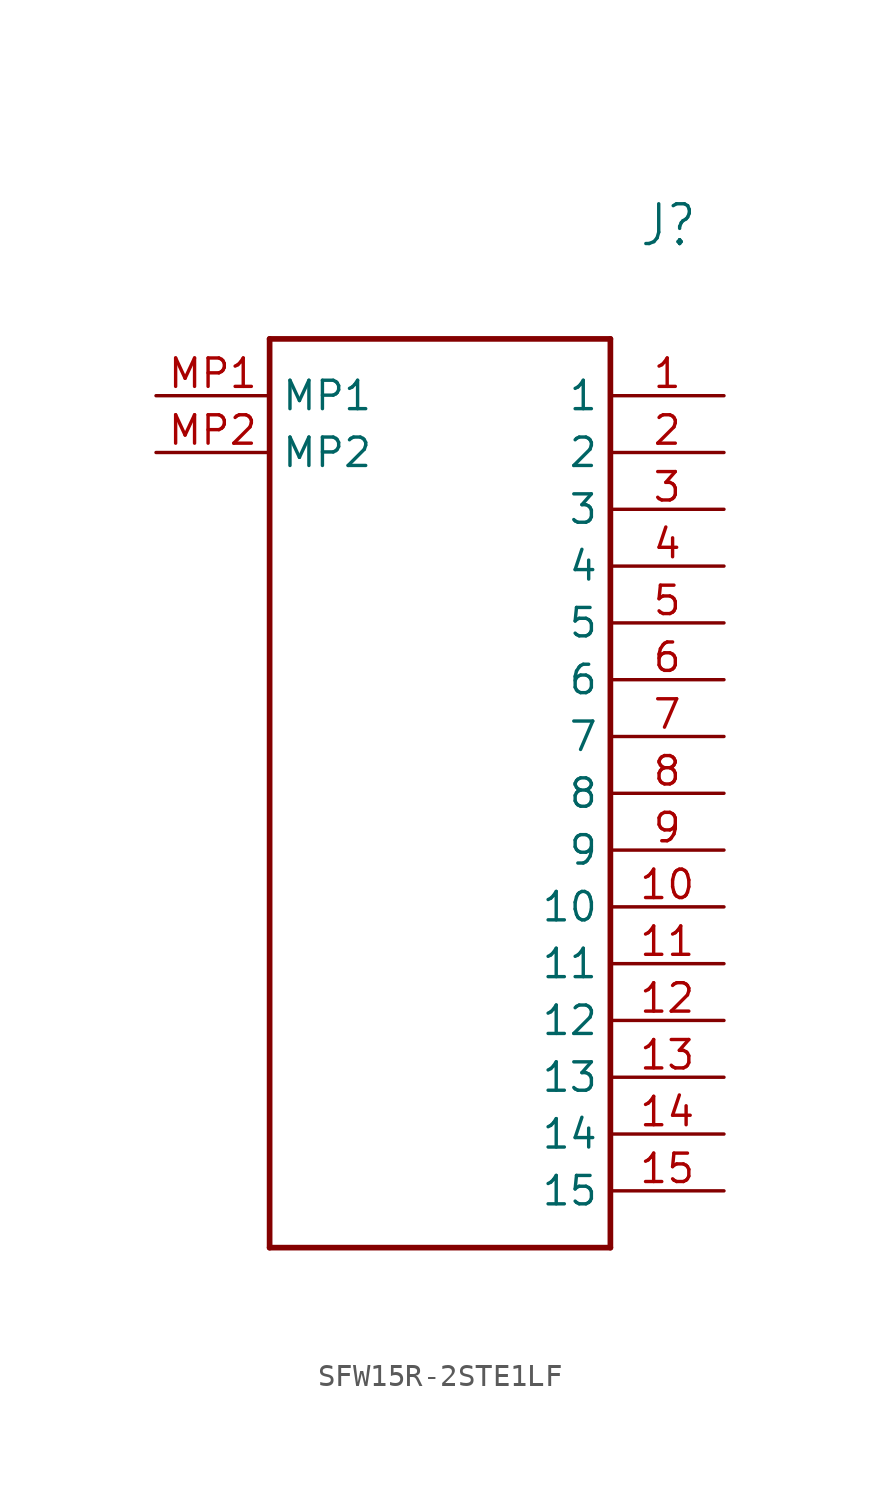
<source format=kicad_sym>
(kicad_symbol_lib
  (version 20220914)
  (generator kicad_symbol_editor)
  (symbol "SFW15R-2STE1LF"
    (property "Reference" "J"
      (at 21.59 7.62 0)
      (effects (font (size 1.778 1.511)) (justify left)))
    (property "Value" ""
      (at 21.59 5.08 0)
      (effects (font (size 1.778 1.511)) (justify left)))
    (property "ki_locked" ""
      (at 0 0 0)
      (effects (font (size 1.27 1.27))))
    (symbol "SFW15R-2STE1LF_1_0"
      (polyline (pts (xy 5.08 2.54) (xy 5.08 -38.1)) (stroke (width 0.254) (type solid)) (fill (type none)))
      (polyline (pts (xy 5.08 2.54) (xy 20.32 2.54)) (stroke (width 0.254) (type solid)) (fill (type none)))
      (polyline (pts (xy 20.32 -38.1) (xy 5.08 -38.1)) (stroke (width 0.254) (type solid)) (fill (type none)))
      (polyline (pts (xy 20.32 -38.1) (xy 20.32 2.54)) (stroke (width 0.254) (type solid)) (fill (type none)))
      (pin bidirectional line (at 25.4 0 180) (length 5.08) (name "1" (effects (font (size 1.27 1.27)))) (number "1" (effects (font (size 1.27 1.27)))))
      (pin bidirectional line (at 25.4 -22.86 180) (length 5.08) (name "10" (effects (font (size 1.27 1.27)))) (number "10" (effects (font (size 1.27 1.27)))))
      (pin bidirectional line (at 25.4 -25.4 180) (length 5.08) (name "11" (effects (font (size 1.27 1.27)))) (number "11" (effects (font (size 1.27 1.27)))))
      (pin bidirectional line (at 25.4 -27.94 180) (length 5.08) (name "12" (effects (font (size 1.27 1.27)))) (number "12" (effects (font (size 1.27 1.27)))))
      (pin bidirectional line (at 25.4 -30.48 180) (length 5.08) (name "13" (effects (font (size 1.27 1.27)))) (number "13" (effects (font (size 1.27 1.27)))))
      (pin bidirectional line (at 25.4 -33.02 180) (length 5.08) (name "14" (effects (font (size 1.27 1.27)))) (number "14" (effects (font (size 1.27 1.27)))))
      (pin bidirectional line (at 25.4 -35.56 180) (length 5.08) (name "15" (effects (font (size 1.27 1.27)))) (number "15" (effects (font (size 1.27 1.27)))))
      (pin bidirectional line (at 25.4 -2.54 180) (length 5.08) (name "2" (effects (font (size 1.27 1.27)))) (number "2" (effects (font (size 1.27 1.27)))))
      (pin bidirectional line (at 25.4 -5.08 180) (length 5.08) (name "3" (effects (font (size 1.27 1.27)))) (number "3" (effects (font (size 1.27 1.27)))))
      (pin bidirectional line (at 25.4 -7.62 180) (length 5.08) (name "4" (effects (font (size 1.27 1.27)))) (number "4" (effects (font (size 1.27 1.27)))))
      (pin bidirectional line (at 25.4 -10.16 180) (length 5.08) (name "5" (effects (font (size 1.27 1.27)))) (number "5" (effects (font (size 1.27 1.27)))))
      (pin bidirectional line (at 25.4 -12.7 180) (length 5.08) (name "6" (effects (font (size 1.27 1.27)))) (number "6" (effects (font (size 1.27 1.27)))))
      (pin bidirectional line (at 25.4 -15.24 180) (length 5.08) (name "7" (effects (font (size 1.27 1.27)))) (number "7" (effects (font (size 1.27 1.27)))))
      (pin bidirectional line (at 25.4 -17.78 180) (length 5.08) (name "8" (effects (font (size 1.27 1.27)))) (number "8" (effects (font (size 1.27 1.27)))))
      (pin bidirectional line (at 25.4 -20.32 180) (length 5.08) (name "9" (effects (font (size 1.27 1.27)))) (number "9" (effects (font (size 1.27 1.27)))))
      (pin bidirectional line (at 0 0 0) (length 5.08) (name "MP1" (effects (font (size 1.27 1.27)))) (number "MP1" (effects (font (size 1.27 1.27)))))
      (pin bidirectional line (at 0 -2.54 0) (length 5.08) (name "MP2" (effects (font (size 1.27 1.27)))) (number "MP2" (effects (font (size 1.27 1.27))))))))
</source>
